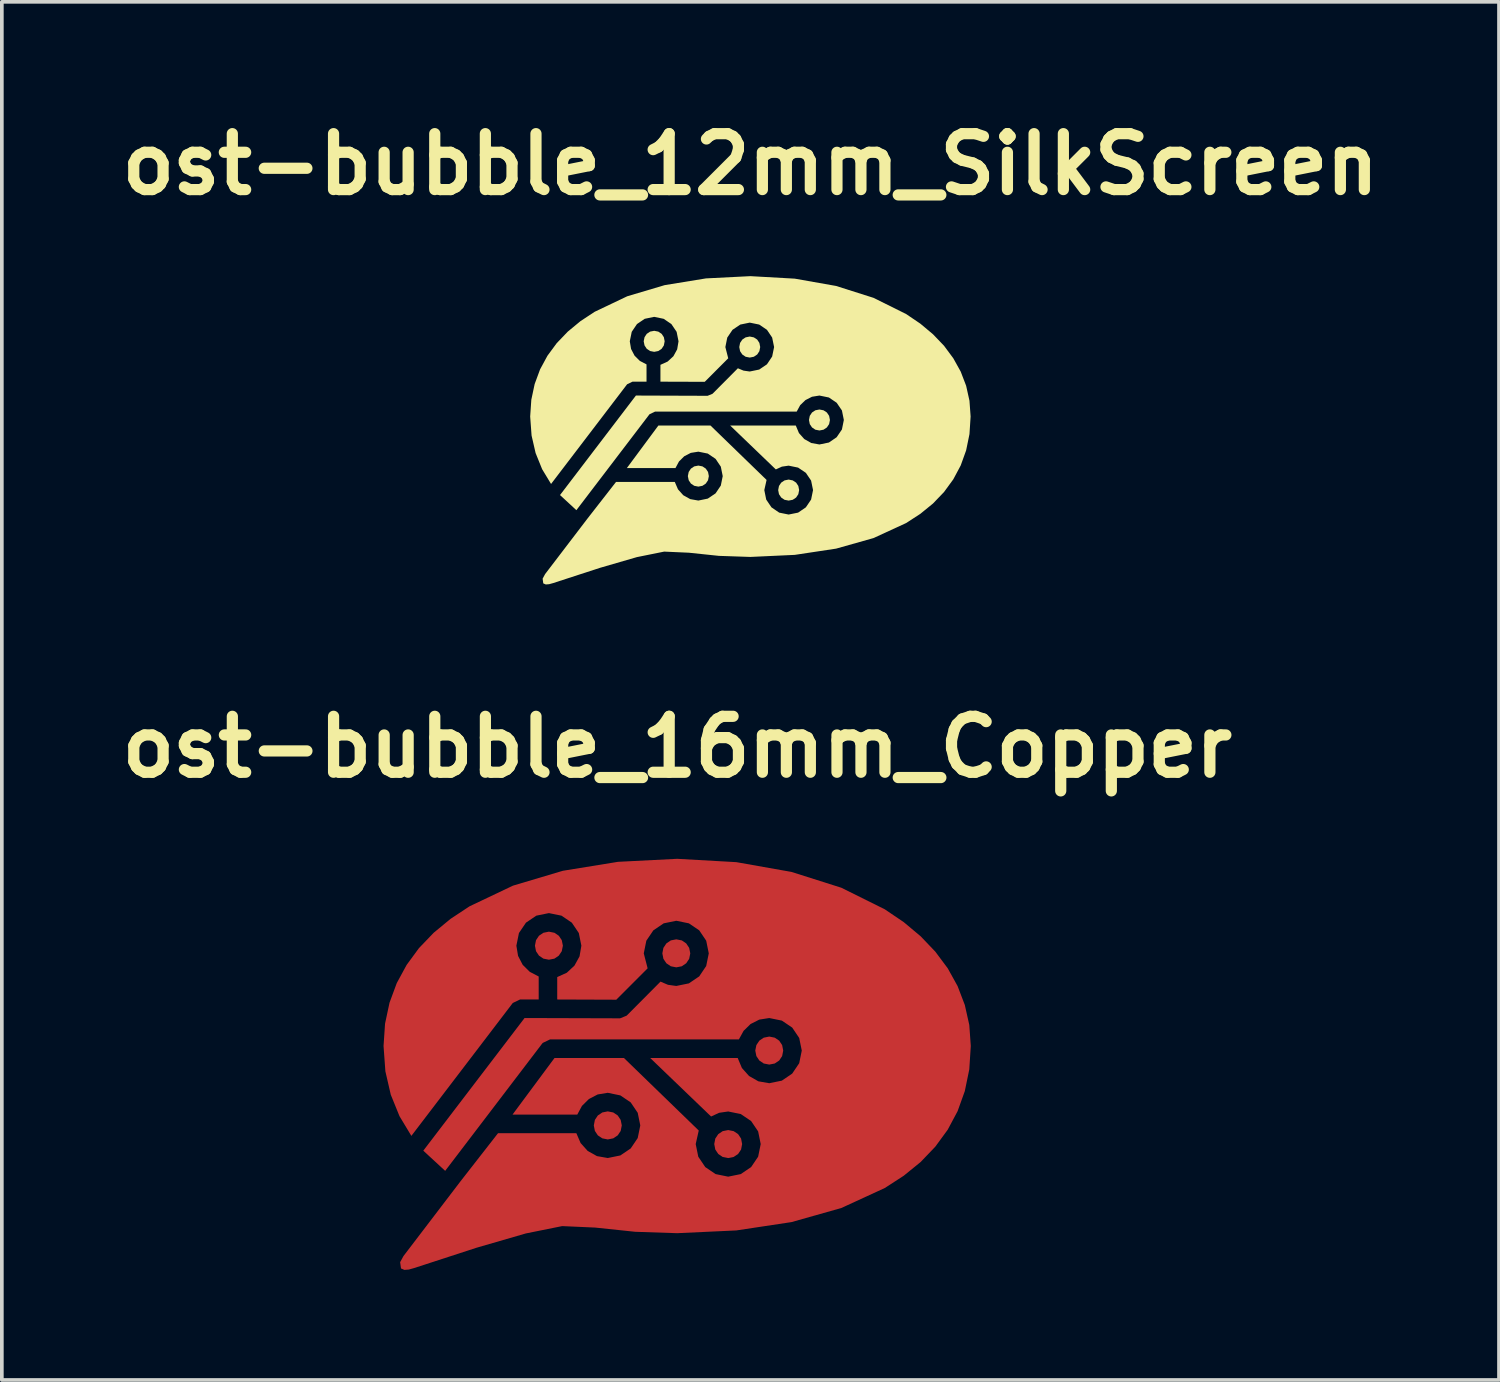
<source format=kicad_pcb>
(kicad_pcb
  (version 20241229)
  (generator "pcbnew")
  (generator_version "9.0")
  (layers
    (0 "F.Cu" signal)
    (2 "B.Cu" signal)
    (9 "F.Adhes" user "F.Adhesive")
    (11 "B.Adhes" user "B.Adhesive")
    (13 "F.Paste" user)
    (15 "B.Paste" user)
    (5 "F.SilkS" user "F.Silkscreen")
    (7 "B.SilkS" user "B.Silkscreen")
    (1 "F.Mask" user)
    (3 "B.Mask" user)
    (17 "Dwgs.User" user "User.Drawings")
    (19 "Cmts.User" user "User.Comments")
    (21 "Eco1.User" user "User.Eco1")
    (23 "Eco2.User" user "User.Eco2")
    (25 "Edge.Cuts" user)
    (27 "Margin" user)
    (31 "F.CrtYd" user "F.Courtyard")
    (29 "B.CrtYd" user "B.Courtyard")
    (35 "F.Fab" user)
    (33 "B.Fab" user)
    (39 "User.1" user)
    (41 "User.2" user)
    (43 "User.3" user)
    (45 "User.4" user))
  (footprint "ost-bubble_16mm_Copper"
    (layer "F.Cu")
    (at 15.4 25.949)
    (property "Reference" "ost-bubble_16mm_Copper" (at 0 -8.648 0) (layer "F.SilkS") (effects (font (size 1.524 1.524) (thickness 0.305))))
    (attr exclude_from_pos_files exclude_from_bom)
    (fp_poly (pts (xy -3.495 -3.615) (xy -3.644 -3.585) (xy -3.765 -3.504) (xy -3.846 -3.383) (xy -3.875 -3.233) (xy -3.846 -3.083) (xy -3.765 -2.962) (xy -3.644 -2.88) (xy -3.495 -2.851) (xy -3.345 -2.88) (xy -3.225 -2.962) (xy -3.144 -3.083) (xy -3.114 -3.233) (xy -3.144 -3.383) (xy -3.225 -3.504) (xy -3.345 -3.585) (xy -3.495 -3.615)) (stroke (width 0) (type solid)) (fill yes) (layer "F.Cu"))
    (fp_poly (pts (xy -0.024 -3.406) (xy -0.173 -3.377) (xy -0.294 -3.295) (xy -0.375 -3.174) (xy -0.404 -3.024) (xy -0.375 -2.875) (xy -0.294 -2.754) (xy -0.173 -2.672) (xy -0.024 -2.643) (xy 0.126 -2.672) (xy 0.246 -2.754) (xy 0.327 -2.875) (xy 0.357 -3.024) (xy 0.327 -3.174) (xy 0.246 -3.295) (xy 0.126 -3.377) (xy -0.024 -3.406)) (stroke (width 0) (type solid)) (fill yes) (layer "F.Cu"))
    (fp_poly (pts (xy 2.509 -0.757) (xy 2.359 -0.727) (xy 2.239 -0.646) (xy 2.158 -0.525) (xy 2.128 -0.375) (xy 2.158 -0.225) (xy 2.239 -0.104) (xy 2.359 -0.023) (xy 2.509 0.006) (xy 2.658 -0.023) (xy 2.779 -0.104) (xy 2.86 -0.225) (xy 2.889 -0.375) (xy 2.86 -0.525) (xy 2.779 -0.646) (xy 2.658 -0.727) (xy 2.509 -0.757)) (stroke (width 0) (type solid)) (fill yes) (layer "F.Cu"))
    (fp_poly (pts (xy -1.891 1.281) (xy -2.04 1.311) (xy -2.161 1.392) (xy -2.242 1.514) (xy -2.271 1.664) (xy -2.242 1.814) (xy -2.161 1.935) (xy -2.04 2.016) (xy -1.891 2.046) (xy -1.741 2.016) (xy -1.62 1.935) (xy -1.539 1.814) (xy -1.509 1.664) (xy -1.539 1.514) (xy -1.62 1.392) (xy -1.741 1.311) (xy -1.891 1.281) (xy -1.891 1.281)) (stroke (width 0) (type solid)) (fill yes) (layer "F.Cu"))
    (fp_poly (pts (xy 1.39 1.79) (xy 1.24 1.82) (xy 1.12 1.901) (xy 1.039 2.022) (xy 1.01 2.172) (xy 1.039 2.321) (xy 1.12 2.442) (xy 1.24 2.523) (xy 1.39 2.553) (xy 1.539 2.523) (xy 1.66 2.442) (xy 1.741 2.321) (xy 1.77 2.172) (xy 1.741 2.022) (xy 1.66 1.901) (xy 1.539 1.82) (xy 1.39 1.79) (xy 1.39 1.79)) (stroke (width 0) (type solid)) (fill yes) (layer "F.Cu"))
    (fp_poly (pts (xy -0.000128 -5.6) (xy -1.612 -5.518) (xy -3.114 -5.274) (xy -4.473 -4.869) (xy -5.657 -4.306) (xy -6.173 -3.965) (xy -6.634 -3.585) (xy -7.035 -3.167) (xy -7.371 -2.709) (xy -7.64 -2.214) (xy -7.837 -1.68) (xy -7.959 -1.109) (xy -8 -0.5) (xy -7.95 0.19) (xy -7.803 0.827) (xy -7.565 1.413) (xy -7.242 1.949) (xy -4.479 -1.672) (xy -4.28 -1.768) (xy -3.773 -1.768) (xy -3.773 -2.394) (xy -4.016 -2.521) (xy -4.209 -2.712) (xy -4.335 -2.955) (xy -4.381 -3.233) (xy -4.311 -3.578) (xy -4.12 -3.86) (xy -3.838 -4.051) (xy -3.495 -4.121) (xy -3.151 -4.051) (xy -2.87 -3.86) (xy -2.68 -3.578) (xy -2.61 -3.233) (xy -2.66 -2.942) (xy -2.798 -2.691) (xy -3.006 -2.497) (xy -3.268 -2.378) (xy -3.268 -1.767) (xy -1.659 -1.761) (xy -0.805 -2.616) (xy -0.91 -3.024) (xy -0.84 -3.369) (xy -0.649 -3.651) (xy -0.367 -3.842) (xy -0.024 -3.912) (xy 0.319 -3.842) (xy 0.601 -3.651) (xy 0.791 -3.369) (xy 0.861 -3.024) (xy 0.791 -2.68) (xy 0.601 -2.397) (xy 0.319 -2.206) (xy -0.024 -2.136) (xy -0.25 -2.167) (xy -0.454 -2.254) (xy -1.376 -1.327) (xy -1.555 -1.254) (xy -4.158 -1.262) (xy -6.917 2.352) (xy -6.321 2.902) (xy -3.665 -0.583) (xy -3.465 -0.679) (xy 1.681 -0.679) (xy 1.81 -0.913) (xy 1.999 -1.098) (xy 2.237 -1.219) (xy 2.509 -1.262) (xy 2.852 -1.192) (xy 3.134 -1.002) (xy 3.325 -0.719) (xy 3.395 -0.375) (xy 3.325 -0.031) (xy 3.134 0.252) (xy 2.852 0.444) (xy 2.509 0.514) (xy 2.212 0.462) (xy 1.958 0.317) (xy 1.764 0.1) (xy 1.649 -0.173) (xy -0.735 -0.173) (xy 0.924 1.421) (xy 1.143 1.32) (xy 1.39 1.284) (xy 1.733 1.354) (xy 2.015 1.545) (xy 2.206 1.827) (xy 2.276 2.172) (xy 2.206 2.516) (xy 2.015 2.799) (xy 1.733 2.99) (xy 1.39 3.06) (xy 1.047 2.99) (xy 0.765 2.799) (xy 0.575 2.516) (xy 0.505 2.172) (xy 0.588 1.803) (xy -1.45 -0.173) (xy -3.342 -0.173) (xy -4.487 1.37) (xy -2.722 1.37) (xy -2.594 1.132) (xy -2.404 0.944) (xy -2.165 0.82) (xy -1.891 0.775) (xy -1.548 0.846) (xy -1.266 1.037) (xy -1.075 1.32) (xy -1.005 1.664) (xy -1.075 2.008) (xy -1.266 2.291) (xy -1.548 2.482) (xy -1.891 2.552) (xy -2.186 2.5) (xy -2.438 2.359) (xy -2.631 2.144) (xy -2.747 1.876) (xy -4.881 1.876) (xy -5.909 3.194) (xy -7.457 5.223) (xy -7.548 5.39) (xy -7.524 5.561) (xy -7.432 5.6) (xy -7.312 5.591) (xy -7.163 5.549) (xy -5.468 4.997) (xy -4.123 4.607) (xy -3.133 4.407) (xy -2.235 4.447) (xy -1.143 4.562) (xy -0.000088 4.6) (xy 1.612 4.525) (xy 3.114 4.298) (xy 4.473 3.914) (xy 5.657 3.369) (xy 6.173 3.035) (xy 6.634 2.66) (xy 7.034 2.242) (xy 7.371 1.781) (xy 7.64 1.277) (xy 7.837 0.729) (xy 7.959 0.137) (xy 8 -0.5) (xy 7.959 -1.073) (xy 7.837 -1.618) (xy 7.64 -2.133) (xy 7.371 -2.618) (xy 7.034 -3.07) (xy 6.634 -3.489) (xy 6.173 -3.875) (xy 5.657 -4.224) (xy 4.473 -4.812) (xy 3.114 -5.243) (xy 1.612 -5.509) (xy -0.000088 -5.6) (xy -0.000128 -5.6)) (stroke (width 0) (type solid)) (fill yes) (layer "F.Cu")))
  (footprint "ost-bubble_12mm_SilkScreen"
    (layer "F.Cu")
    (at 17.395 8.674)
    (property "Reference" "ost-bubble_12mm_SilkScreen" (at 0 -7.248 0) (layer "F.SilkS") (effects (font (size 1.524 1.524) (thickness 0.305))))
    (attr exclude_from_pos_files exclude_from_bom)
    (fp_poly (pts (xy -2.621 -2.711) (xy -2.733 -2.689) (xy -2.824 -2.628) (xy -2.884 -2.537) (xy -2.907 -2.425) (xy -2.884 -2.312) (xy -2.824 -2.221) (xy -2.733 -2.16) (xy -2.621 -2.138) (xy -2.509 -2.16) (xy -2.418 -2.221) (xy -2.358 -2.312) (xy -2.336 -2.425) (xy -2.358 -2.537) (xy -2.418 -2.628) (xy -2.509 -2.689) (xy -2.621 -2.711)) (stroke (width 0) (type solid)) (fill yes) (layer "F.SilkS"))
    (fp_poly (pts (xy -1.418 0.961) (xy -1.53 0.983) (xy -1.621 1.044) (xy -1.681 1.135) (xy -1.704 1.248) (xy -1.681 1.36) (xy -1.621 1.451) (xy -1.53 1.512) (xy -1.418 1.534) (xy -1.306 1.512) (xy -1.215 1.451) (xy -1.154 1.36) (xy -1.132 1.248) (xy -1.154 1.135) (xy -1.215 1.044) (xy -1.306 0.983) (xy -1.418 0.961)) (stroke (width 0) (type solid)) (fill yes) (layer "F.SilkS"))
    (fp_poly (pts (xy -0.018 -2.555) (xy -0.13 -2.532) (xy -0.22 -2.472) (xy -0.281 -2.381) (xy -0.303 -2.268) (xy -0.281 -2.156) (xy -0.22 -2.065) (xy -0.13 -2.004) (xy -0.018 -1.982) (xy 0.094 -2.004) (xy 0.185 -2.065) (xy 0.245 -2.156) (xy 0.267 -2.268) (xy 0.245 -2.381) (xy 0.185 -2.472) (xy 0.094 -2.532) (xy -0.018 -2.555)) (stroke (width 0) (type solid)) (fill yes) (layer "F.SilkS"))
    (fp_poly (pts (xy 1.042 1.342) (xy 0.93 1.365) (xy 0.84 1.425) (xy 0.779 1.516) (xy 0.757 1.629) (xy 0.779 1.741) (xy 0.84 1.832) (xy 0.93 1.893) (xy 1.042 1.915) (xy 1.154 1.893) (xy 1.245 1.832) (xy 1.306 1.741) (xy 1.328 1.629) (xy 1.306 1.516) (xy 1.245 1.425) (xy 1.154 1.365) (xy 1.042 1.342)) (stroke (width 0) (type solid)) (fill yes) (layer "F.SilkS"))
    (fp_poly (pts (xy 1.881 -0.567) (xy 1.769 -0.545) (xy 1.679 -0.485) (xy 1.618 -0.394) (xy 1.596 -0.281) (xy 1.618 -0.169) (xy 1.679 -0.078) (xy 1.769 -0.017) (xy 1.881 0.005) (xy 1.993 -0.017) (xy 2.084 -0.078) (xy 2.145 -0.169) (xy 2.167 -0.281) (xy 2.145 -0.394) (xy 2.084 -0.485) (xy 1.993 -0.545) (xy 1.881 -0.567)) (stroke (width 0) (type solid)) (fill yes) (layer "F.SilkS"))
    (fp_poly (pts (xy -0.000096 -4.2) (xy -1.209 -4.139) (xy -2.336 -3.955) (xy -3.355 -3.652) (xy -4.243 -3.229) (xy -4.63 -2.974) (xy -4.975 -2.689) (xy -5.276 -2.375) (xy -5.529 -2.032) (xy -5.73 -1.661) (xy -5.878 -1.26) (xy -5.969 -0.832) (xy -6 -0.375) (xy -5.962 0.142) (xy -5.852 0.62) (xy -5.674 1.06) (xy -5.431 1.462) (xy -3.359 -1.254) (xy -3.21 -1.326) (xy -2.83 -1.326) (xy -2.83 -1.796) (xy -3.012 -1.891) (xy -3.156 -2.034) (xy -3.251 -2.216) (xy -3.286 -2.425) (xy -3.233 -2.683) (xy -3.09 -2.895) (xy -2.879 -3.038) (xy -2.621 -3.091) (xy -2.364 -3.038) (xy -2.153 -2.895) (xy -2.01 -2.683) (xy -1.958 -2.425) (xy -1.995 -2.206) (xy -2.098 -2.018) (xy -2.255 -1.873) (xy -2.451 -1.784) (xy -2.451 -1.325) (xy -1.244 -1.321) (xy -0.604 -1.962) (xy -0.682 -2.268) (xy -0.63 -2.527) (xy -0.487 -2.738) (xy -0.275 -2.881) (xy -0.018 -2.934) (xy 0.24 -2.881) (xy 0.451 -2.738) (xy 0.593 -2.527) (xy 0.646 -2.268) (xy 0.593 -2.01) (xy 0.451 -1.798) (xy 0.24 -1.655) (xy -0.018 -1.602) (xy -0.187 -1.626) (xy -0.341 -1.69) (xy -1.032 -0.995) (xy -1.166 -0.94) (xy -3.119 -0.947) (xy -5.187 1.764) (xy -4.741 2.176) (xy -2.749 -0.437) (xy -2.599 -0.509) (xy 1.261 -0.509) (xy 1.357 -0.685) (xy 1.5 -0.823) (xy 1.678 -0.914) (xy 1.881 -0.947) (xy 2.139 -0.894) (xy 2.35 -0.751) (xy 2.494 -0.54) (xy 2.546 -0.281) (xy 2.494 -0.023) (xy 2.35 0.189) (xy 2.139 0.333) (xy 1.881 0.386) (xy 1.659 0.346) (xy 1.468 0.238) (xy 1.323 0.075) (xy 1.237 -0.13) (xy -0.551 -0.13) (xy 0.693 1.066) (xy 0.858 0.99) (xy 1.042 0.963) (xy 1.3 1.016) (xy 1.511 1.159) (xy 1.654 1.37) (xy 1.707 1.629) (xy 1.654 1.887) (xy 1.511 2.099) (xy 1.3 2.243) (xy 1.042 2.295) (xy 0.785 2.243) (xy 0.574 2.099) (xy 0.431 1.887) (xy 0.379 1.629) (xy 0.441 1.352) (xy -1.087 -0.13) (xy -2.507 -0.13) (xy -3.365 1.028) (xy -2.041 1.028) (xy -1.945 0.849) (xy -1.803 0.708) (xy -1.624 0.615) (xy -1.418 0.582) (xy -1.161 0.634) (xy -0.949 0.778) (xy -0.806 0.99) (xy -0.754 1.248) (xy -0.806 1.506) (xy -0.949 1.718) (xy -1.161 1.861) (xy -1.418 1.914) (xy -1.639 1.875) (xy -1.829 1.769) (xy -1.973 1.608) (xy -2.06 1.407) (xy -3.661 1.407) (xy -4.432 2.396) (xy -5.593 3.917) (xy -5.661 4.042) (xy -5.643 4.171) (xy -5.574 4.2) (xy -5.484 4.193) (xy -5.372 4.162) (xy -4.101 3.748) (xy -3.092 3.455) (xy -2.349 3.305) (xy -1.676 3.335) (xy -0.857 3.421) (xy -0.000066 3.45) (xy 1.209 3.394) (xy 2.335 3.224) (xy 3.355 2.936) (xy 4.243 2.527) (xy 4.63 2.276) (xy 4.975 1.995) (xy 5.276 1.681) (xy 5.528 1.336) (xy 5.73 0.958) (xy 5.878 0.547) (xy 5.969 0.103) (xy 6 -0.375) (xy 5.969 -0.805) (xy 5.878 -1.214) (xy 5.73 -1.6) (xy 5.528 -1.963) (xy 5.276 -2.303) (xy 4.975 -2.617) (xy 4.63 -2.906) (xy 4.243 -3.168) (xy 3.355 -3.609) (xy 2.335 -3.933) (xy 1.209 -4.132) (xy -0.000066 -4.2) (xy -0.000096 -4.2)) (stroke (width 0) (type solid)) (fill yes) (layer "F.SilkS")))
  (gr_rect
    (start -3 -3)
    (end 37.791 34.549)
    (stroke (width 0.1) (type default))
    (fill no)
    (layer "Edge.Cuts")))
</source>
